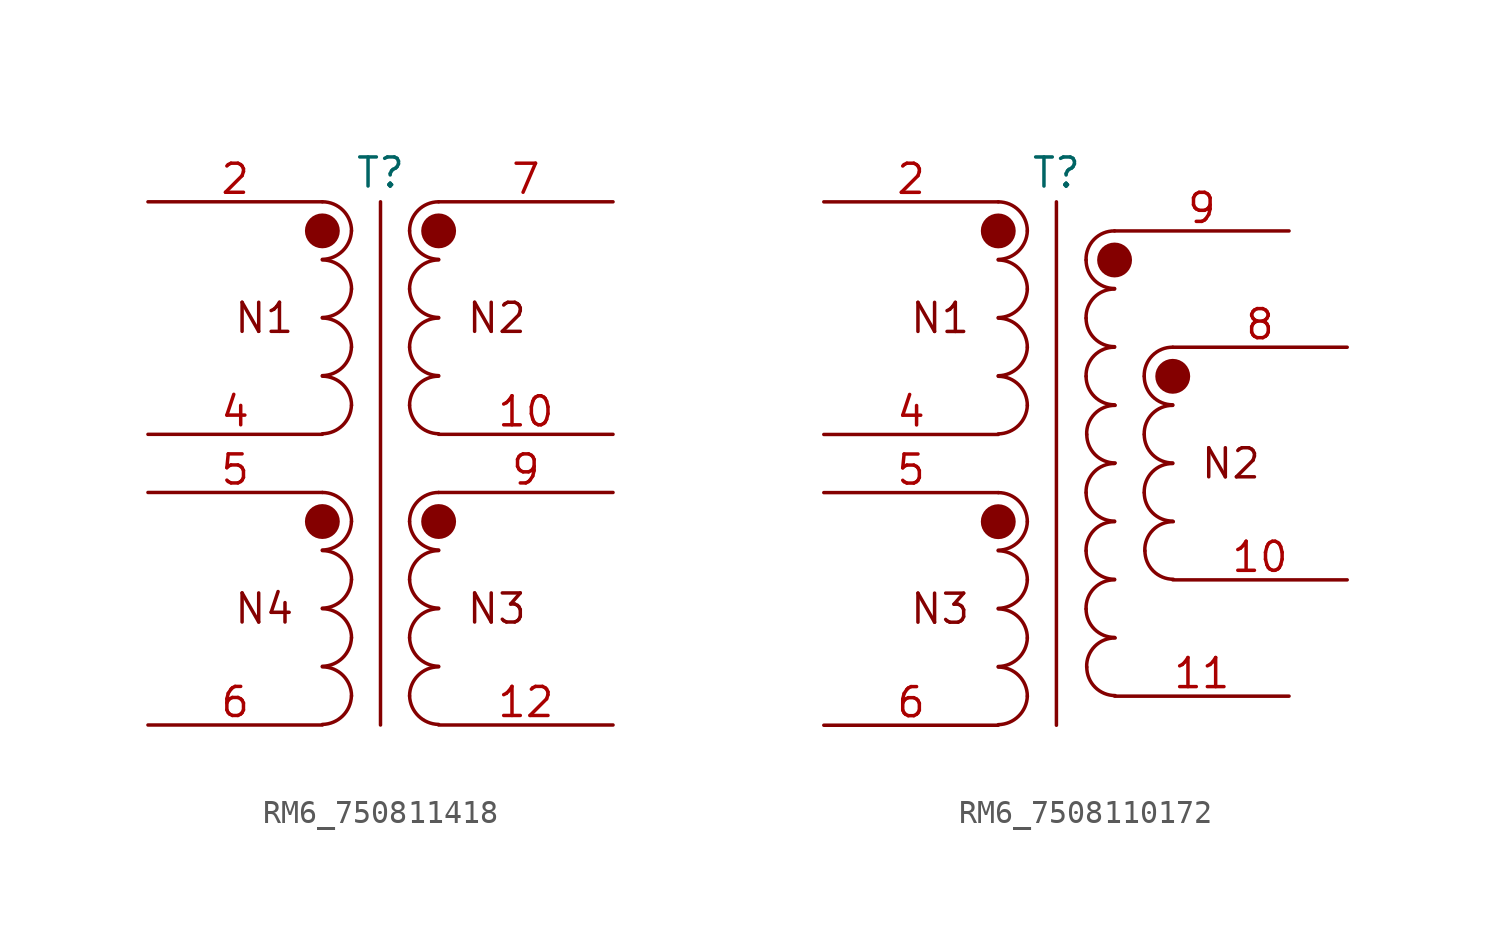
<source format=kicad_sym>
(kicad_symbol_lib
  (version 20220914)
  (generator kicad_symbol_editor)
  (symbol "RM6_750811418"
    (pin_names hide)
    (property "Reference" "T"
      (at 0 12.7 0)
      (effects (font (size 1.27 1.27))))
    (symbol "RM6_750811418_0_1"
      (arc (start -2.54 -11.4046) (mid -1.6561 -11.0363) (end -1.27 -10.16) (stroke (width 0) (type default)) (fill (type none)))
      (arc (start -2.54 -8.8646) (mid -1.6561 -8.4963) (end -1.27 -7.62) (stroke (width 0) (type default)) (fill (type none)))
      (arc (start -2.54 -6.3246) (mid -1.6561 -5.9563) (end -1.27 -5.08) (stroke (width 0) (type default)) (fill (type none)))
      (arc (start -2.54 -3.7846) (mid -1.6561 -3.4163) (end -1.27 -2.54) (stroke (width 0) (type default)) (fill (type none)))
      (arc (start -2.54 1.2954) (mid -1.6561 1.6637) (end -1.27 2.54) (stroke (width 0) (type default)) (fill (type none)))
      (arc (start -2.54 3.8354) (mid -1.6561 4.2037) (end -1.27 5.08) (stroke (width 0) (type default)) (fill (type none)))
      (arc (start -2.54 6.3754) (mid -1.6561 6.7437) (end -1.27 7.62) (stroke (width 0) (type default)) (fill (type none)))
      (arc (start -2.54 8.9154) (mid -1.6561 9.2837) (end -1.27 10.16) (stroke (width 0) (type default)) (fill (type none)))
      (arc (start -1.27 -10.16) (mid -1.642 -9.262) (end -2.54 -8.89) (stroke (width 0) (type default)) (fill (type none)))
      (arc (start -1.27 -7.62) (mid -1.642 -6.722) (end -2.54 -6.35) (stroke (width 0) (type default)) (fill (type none)))
      (arc (start -1.27 -5.08) (mid -1.642 -4.182) (end -2.54 -3.81) (stroke (width 0) (type default)) (fill (type none)))
      (arc (start -1.27 -2.54) (mid -1.642 -1.642) (end -2.54 -1.27) (stroke (width 0) (type default)) (fill (type none)))
      (arc (start -1.27 2.54) (mid -1.642 3.438) (end -2.54 3.81) (stroke (width 0) (type default)) (fill (type none)))
      (arc (start -1.27 5.08) (mid -1.642 5.978) (end -2.54 6.35) (stroke (width 0) (type default)) (fill (type none)))
      (arc (start -1.27 7.62) (mid -1.642 8.518) (end -2.54 8.89) (stroke (width 0) (type default)) (fill (type none)))
      (arc (start -1.27 10.16) (mid -1.642 11.058) (end -2.54 11.43) (stroke (width 0) (type default)) (fill (type none)))
      (polyline (pts (xy 0 -11.43) (xy 0 11.43)) (stroke (width 0) (type default)) (fill (type none)))
      (arc (start 1.27 -10.16) (mid 1.6561 -11.0363) (end 2.54 -11.4046) (stroke (width 0) (type default)) (fill (type none)))
      (arc (start 1.27 -7.62) (mid 1.6561 -8.4963) (end 2.54 -8.8646) (stroke (width 0) (type default)) (fill (type none)))
      (arc (start 1.27 -5.08) (mid 1.6561 -5.9563) (end 2.54 -6.3246) (stroke (width 0) (type default)) (fill (type none)))
      (arc (start 1.27 -2.54) (mid 1.6561 -3.4163) (end 2.54 -3.7846) (stroke (width 0) (type default)) (fill (type none)))
      (arc (start 1.27 2.54) (mid 1.6561 1.6637) (end 2.54 1.2954) (stroke (width 0) (type default)) (fill (type none)))
      (arc (start 1.27 5.08) (mid 1.6561 4.2037) (end 2.54 3.8354) (stroke (width 0) (type default)) (fill (type none)))
      (arc (start 1.27 7.62) (mid 1.6561 6.7437) (end 2.54 6.3754) (stroke (width 0) (type default)) (fill (type none)))
      (arc (start 1.27 10.16) (mid 1.6561 9.2837) (end 2.54 8.9154) (stroke (width 0) (type default)) (fill (type none)))
      (arc (start 2.54 -8.89) (mid 1.642 -9.262) (end 1.27 -10.16) (stroke (width 0) (type default)) (fill (type none)))
      (arc (start 2.54 -6.35) (mid 1.642 -6.722) (end 1.27 -7.62) (stroke (width 0) (type default)) (fill (type none)))
      (arc (start 2.54 -3.81) (mid 1.642 -4.182) (end 1.27 -5.08) (stroke (width 0) (type default)) (fill (type none)))
      (arc (start 2.54 -1.27) (mid 1.642 -1.642) (end 1.27 -2.54) (stroke (width 0) (type default)) (fill (type none)))
      (arc (start 2.54 3.81) (mid 1.642 3.438) (end 1.27 2.54) (stroke (width 0) (type default)) (fill (type none)))
      (arc (start 2.54 6.35) (mid 1.642 5.978) (end 1.27 5.08) (stroke (width 0) (type default)) (fill (type none)))
      (arc (start 2.54 8.89) (mid 1.642 8.518) (end 1.27 7.62) (stroke (width 0) (type default)) (fill (type none)))
      (arc (start 2.54 11.43) (mid 1.642 11.058) (end 1.27 10.16) (stroke (width 0) (type default)) (fill (type none))))
    (symbol "RM6_750811418_1_1"
      (circle (center -2.54 -2.54) (radius 0.0001) (stroke (width 0.762) (type default)) (fill (type none)))
      (circle (center -2.54 10.16) (radius 0.0001) (stroke (width 0.762) (type default)) (fill (type none)))
      (circle (center 2.54 -2.54) (radius 0.0001) (stroke (width 0.762) (type default)) (fill (type none)))
      (circle (center 2.54 10.16) (radius 0.0001) (stroke (width 0.762) (type default)) (fill (type none)))
      (text "N1" (at -5.08 6.35 0) (effects (font (size 1.27 1.27))))
      (text "N2" (at 5.08 6.35 0) (effects (font (size 1.27 1.27))))
      (text "N3" (at 5.08 -6.35 0) (effects (font (size 1.27 1.27))))
      (text "N4" (at -5.08 -6.35 0) (effects (font (size 1.27 1.27))))
      (pin passive line (at 10.16 1.27 180) (length 7.62) (name "10" (effects (font (size 1.27 1.27)))) (number "10" (effects (font (size 1.27 1.27)))))
      (pin passive line (at 10.16 -11.43 180) (length 7.62) (name "12" (effects (font (size 1.27 1.27)))) (number "12" (effects (font (size 1.27 1.27)))))
      (pin passive line (at -10.16 11.43 0) (length 7.62) (name "2" (effects (font (size 1.27 1.27)))) (number "2" (effects (font (size 1.27 1.27)))))
      (pin passive line (at -10.16 1.27 0) (length 7.62) (name "4" (effects (font (size 1.27 1.27)))) (number "4" (effects (font (size 1.27 1.27)))))
      (pin passive line (at -10.16 -1.27 0) (length 7.62) (name "5" (effects (font (size 1.27 1.27)))) (number "5" (effects (font (size 1.27 1.27)))))
      (pin passive line (at -10.16 -11.43 0) (length 7.62) (name "6" (effects (font (size 1.27 1.27)))) (number "6" (effects (font (size 1.27 1.27)))))
      (pin passive line (at 10.16 11.43 180) (length 7.62) (name "7" (effects (font (size 1.27 1.27)))) (number "7" (effects (font (size 1.27 1.27)))))
      (pin passive line (at 10.16 -1.27 180) (length 7.62) (name "9" (effects (font (size 1.27 1.27)))) (number "9" (effects (font (size 1.27 1.27)))))))
  (symbol "RM6_7508110172"
    (pin_names hide)
    (property "Reference" "T"
      (at 0 12.7 0)
      (effects (font (size 1.27 1.27))))
    (symbol "RM6_7508110172_0_1"
      (arc (start -2.54 -11.4046) (mid -1.6561 -11.0363) (end -1.27 -10.16) (stroke (width 0) (type default)) (fill (type none)))
      (arc (start -2.54 -8.8646) (mid -1.6561 -8.4963) (end -1.27 -7.62) (stroke (width 0) (type default)) (fill (type none)))
      (arc (start -2.54 -6.3246) (mid -1.6561 -5.9563) (end -1.27 -5.08) (stroke (width 0) (type default)) (fill (type none)))
      (arc (start -2.54 -3.7846) (mid -1.6561 -3.4163) (end -1.27 -2.54) (stroke (width 0) (type default)) (fill (type none)))
      (arc (start -2.54 1.2954) (mid -1.6561 1.6637) (end -1.27 2.54) (stroke (width 0) (type default)) (fill (type none)))
      (arc (start -2.54 3.8354) (mid -1.6561 4.2037) (end -1.27 5.08) (stroke (width 0) (type default)) (fill (type none)))
      (arc (start -2.54 6.3754) (mid -1.6561 6.7437) (end -1.27 7.62) (stroke (width 0) (type default)) (fill (type none)))
      (arc (start -2.54 8.9154) (mid -1.6561 9.2837) (end -1.27 10.16) (stroke (width 0) (type default)) (fill (type none)))
      (arc (start -1.27 -10.16) (mid -1.642 -9.262) (end -2.54 -8.89) (stroke (width 0) (type default)) (fill (type none)))
      (arc (start -1.27 -7.62) (mid -1.642 -6.722) (end -2.54 -6.35) (stroke (width 0) (type default)) (fill (type none)))
      (arc (start -1.27 -5.08) (mid -1.642 -4.182) (end -2.54 -3.81) (stroke (width 0) (type default)) (fill (type none)))
      (arc (start -1.27 -2.54) (mid -1.642 -1.642) (end -2.54 -1.27) (stroke (width 0) (type default)) (fill (type none)))
      (arc (start -1.27 2.54) (mid -1.642 3.438) (end -2.54 3.81) (stroke (width 0) (type default)) (fill (type none)))
      (arc (start -1.27 5.08) (mid -1.642 5.978) (end -2.54 6.35) (stroke (width 0) (type default)) (fill (type none)))
      (arc (start -1.27 7.62) (mid -1.642 8.518) (end -2.54 8.89) (stroke (width 0) (type default)) (fill (type none)))
      (arc (start -1.27 10.16) (mid -1.642 11.058) (end -2.54 11.43) (stroke (width 0) (type default)) (fill (type none)))
      (polyline (pts (xy 0 11.43) (xy 0 -11.43)) (stroke (width 0) (type default)) (fill (type none)))
      (arc (start 1.2954 -6.35) (mid 1.6599 -7.2301) (end 2.54 -7.5946) (stroke (width 0) (type default)) (fill (type none)))
      (arc (start 1.2954 -3.81) (mid 1.6599 -4.6901) (end 2.54 -5.0546) (stroke (width 0) (type default)) (fill (type none)))
      (arc (start 1.2954 -1.27) (mid 1.6599 -2.1501) (end 2.54 -2.5146) (stroke (width 0) (type default)) (fill (type none)))
      (arc (start 1.2954 3.81) (mid 1.6599 2.9299) (end 2.54 2.5654) (stroke (width 0) (type default)) (fill (type none)))
      (arc (start 1.2954 6.35) (mid 1.6599 5.4699) (end 2.54 5.1054) (stroke (width 0) (type default)) (fill (type none)))
      (arc (start 1.2954 8.89) (mid 1.6599 8.0099) (end 2.54 7.6454) (stroke (width 0) (type default)) (fill (type none)))
      (arc (start 1.3208 -8.89) (mid 1.6853 -9.7703) (end 2.5654 -10.1346) (stroke (width 0) (type default)) (fill (type none)))
      (arc (start 1.3208 1.27) (mid 1.6853 0.3897) (end 2.5654 0.0254) (stroke (width 0) (type default)) (fill (type none)))
      (arc (start 2.54 -5.08) (mid 1.6458 -5.4485) (end 1.2954 -6.35) (stroke (width 0) (type default)) (fill (type none)))
      (arc (start 2.54 -2.54) (mid 1.6458 -2.9085) (end 1.2954 -3.81) (stroke (width 0) (type default)) (fill (type none)))
      (arc (start 2.54 0) (mid 1.6458 -0.3685) (end 1.2954 -1.27) (stroke (width 0) (type default)) (fill (type none)))
      (arc (start 2.54 5.08) (mid 1.6458 4.7115) (end 1.2954 3.81) (stroke (width 0) (type default)) (fill (type none)))
      (arc (start 2.54 7.62) (mid 1.6458 7.2515) (end 1.2954 6.35) (stroke (width 0) (type default)) (fill (type none)))
      (arc (start 2.54 10.16) (mid 1.6458 9.7915) (end 1.2954 8.89) (stroke (width 0) (type default)) (fill (type none)))
      (arc (start 2.5654 -7.62) (mid 1.6709 -7.9883) (end 1.3208 -8.89) (stroke (width 0) (type default)) (fill (type none)))
      (arc (start 2.5654 2.54) (mid 1.6709 2.1717) (end 1.3208 1.27) (stroke (width 0) (type default)) (fill (type none)))
      (arc (start 3.8354 -1.27) (mid 4.1999 -2.1501) (end 5.08 -2.5146) (stroke (width 0) (type default)) (fill (type none)))
      (arc (start 3.8354 1.27) (mid 4.1999 0.3899) (end 5.08 0.0254) (stroke (width 0) (type default)) (fill (type none)))
      (arc (start 3.8354 3.81) (mid 4.1999 2.9299) (end 5.08 2.5654) (stroke (width 0) (type default)) (fill (type none)))
      (arc (start 3.8608 -3.81) (mid 4.2254 -4.6899) (end 5.1054 -5.0546) (stroke (width 0) (type default)) (fill (type none)))
      (arc (start 5.08 0) (mid 4.1858 -0.3685) (end 3.8354 -1.27) (stroke (width 0) (type default)) (fill (type none)))
      (arc (start 5.08 2.54) (mid 4.1858 2.1715) (end 3.8354 1.27) (stroke (width 0) (type default)) (fill (type none)))
      (arc (start 5.08 5.08) (mid 4.1858 4.7115) (end 3.8354 3.81) (stroke (width 0) (type default)) (fill (type none)))
      (arc (start 5.1054 -2.54) (mid 4.2109 -2.9083) (end 3.8608 -3.81) (stroke (width 0) (type default)) (fill (type none))))
    (symbol "RM6_7508110172_1_1"
      (circle (center -2.54 -2.54) (radius 0.0001) (stroke (width 0.762) (type default)) (fill (type none)))
      (circle (center -2.54 10.16) (radius 0.0001) (stroke (width 0.762) (type default)) (fill (type none)))
      (circle (center 2.54 8.89) (radius 0.0001) (stroke (width 0.762) (type default)) (fill (type none)))
      (circle (center 5.08 3.81) (radius 0.0001) (stroke (width 0.762) (type default)) (fill (type none)))
      (text "N1" (at -5.08 6.35 0) (effects (font (size 1.27 1.27))))
      (text "N2" (at 7.62 0 0) (effects (font (size 1.27 1.27))))
      (text "N3" (at -5.08 -6.35 0) (effects (font (size 1.27 1.27))))
      (pin passive line (at 12.7 -5.08 180) (length 7.62) (name "10" (effects (font (size 1.27 1.27)))) (number "10" (effects (font (size 1.27 1.27)))))
      (pin passive line (at 10.16 -10.16 180) (length 7.62) (name "11" (effects (font (size 1.27 1.27)))) (number "11" (effects (font (size 1.27 1.27)))))
      (pin passive line (at -10.16 11.43 0) (length 7.62) (name "2" (effects (font (size 1.27 1.27)))) (number "2" (effects (font (size 1.27 1.27)))))
      (pin passive line (at -10.16 1.27 0) (length 7.62) (name "4" (effects (font (size 1.27 1.27)))) (number "4" (effects (font (size 1.27 1.27)))))
      (pin passive line (at -10.16 -1.27 0) (length 7.62) (name "5" (effects (font (size 1.27 1.27)))) (number "5" (effects (font (size 1.27 1.27)))))
      (pin passive line (at -10.16 -11.43 0) (length 7.62) (name "6" (effects (font (size 1.27 1.27)))) (number "6" (effects (font (size 1.27 1.27)))))
      (pin passive line (at 12.7 5.08 180) (length 7.62) (name "8" (effects (font (size 1.27 1.27)))) (number "8" (effects (font (size 1.27 1.27)))))
      (pin passive line (at 10.16 10.16 180) (length 7.62) (name "9" (effects (font (size 1.27 1.27)))) (number "9" (effects (font (size 1.27 1.27))))))))
</source>
